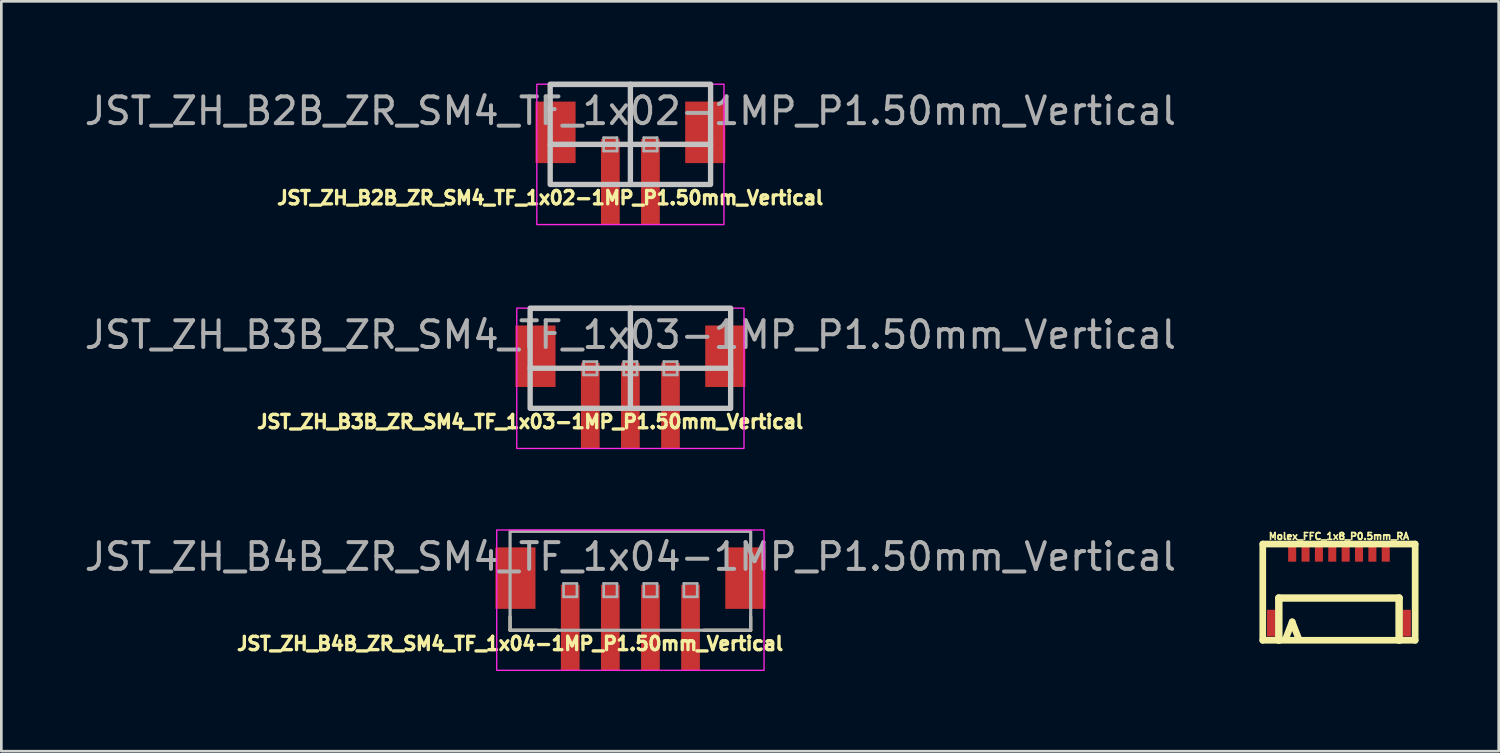
<source format=kicad_pcb>
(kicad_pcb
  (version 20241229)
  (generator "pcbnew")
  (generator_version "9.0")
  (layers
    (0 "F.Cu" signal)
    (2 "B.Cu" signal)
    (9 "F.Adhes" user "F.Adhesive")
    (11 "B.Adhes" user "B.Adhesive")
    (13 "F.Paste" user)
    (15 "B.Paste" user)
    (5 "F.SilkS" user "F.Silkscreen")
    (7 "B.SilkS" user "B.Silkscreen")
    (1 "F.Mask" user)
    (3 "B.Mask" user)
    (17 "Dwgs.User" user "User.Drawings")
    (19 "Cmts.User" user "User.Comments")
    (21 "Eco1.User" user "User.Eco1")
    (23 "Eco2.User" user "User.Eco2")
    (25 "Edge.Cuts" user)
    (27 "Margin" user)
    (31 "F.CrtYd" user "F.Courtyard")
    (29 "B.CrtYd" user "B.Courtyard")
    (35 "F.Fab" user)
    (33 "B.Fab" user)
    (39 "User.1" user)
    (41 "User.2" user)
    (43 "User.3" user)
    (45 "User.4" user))
  (footprint "Molex_FFC_1x8_P0.5mm_RA"
    (layer "F.Cu")
    (at 47.035 17.61)
    (property "Reference" "Molex_FFC_1x8_P0.5mm_RA" (at 0 -0.6 180) (layer "F.SilkS") (effects (font (size 0.254 0.254) (thickness 0.064))))
    (attr smd)
    (fp_line (start -2.85 -0.31) (end -2.85 3.29) (stroke (width 0.25) (type solid)) (layer "F.SilkS"))
    (fp_line (start -2.85 -0.31) (end 2.85 -0.31) (stroke (width 0.25) (type solid)) (layer "F.SilkS"))
    (fp_line (start -2.85 3.29) (end 2.85 3.29) (stroke (width 0.25) (type solid)) (layer "F.SilkS"))
    (fp_line (start -2.25 1.71) (end -2.25 3.29) (stroke (width 0.279) (type solid)) (layer "F.SilkS"))
    (fp_line (start -2.25 1.71) (end 2.25 1.71) (stroke (width 0.279) (type solid)) (layer "F.SilkS"))
    (fp_line (start -1.75 2.6) (end -2 3.25) (stroke (width 0.25) (type solid)) (layer "F.SilkS"))
    (fp_line (start -1.75 2.6) (end -1.5 3.25) (stroke (width 0.25) (type solid)) (layer "F.SilkS"))
    (fp_line (start 2.25 1.71) (end 2.25 3.29) (stroke (width 0.279) (type solid)) (layer "F.SilkS"))
    (fp_line (start 2.85 -0.31) (end 2.85 3.29) (stroke (width 0.25) (type solid)) (layer "F.SilkS"))
    (pad "" smd rect (at -2.54 2.65) (size 0.3 1) (layers "F.Cu" "F.Mask" "F.Paste"))
    (pad "" smd rect (at 2.54 2.65) (size 0.3 1) (layers "F.Cu" "F.Mask" "F.Paste"))
    (pad "1" smd rect (at -1.75 0) (size 0.3 0.7) (layers "F.Cu" "F.Mask" "F.Paste"))
    (pad "2" smd rect (at -1.25 0) (size 0.3 0.7) (layers "F.Cu" "F.Mask" "F.Paste"))
    (pad "3" smd rect (at -0.75 0) (size 0.3 0.7) (layers "F.Cu" "F.Mask" "F.Paste"))
    (pad "4" smd rect (at -0.25 0) (size 0.3 0.7) (layers "F.Cu" "F.Mask" "F.Paste"))
    (pad "5" smd rect (at 0.25 0) (size 0.3 0.7) (layers "F.Cu" "F.Mask" "F.Paste"))
    (pad "6" smd rect (at 0.75 0) (size 0.3 0.7) (layers "F.Cu" "F.Mask" "F.Paste"))
    (pad "7" smd rect (at 1.25 0) (size 0.3 0.7) (layers "F.Cu" "F.Mask" "F.Paste"))
    (pad "8" smd rect (at 1.75 0) (size 0.3 0.7) (layers "F.Cu" "F.Mask" "F.Paste")))
  (footprint "JST_ZH_B4B_ZR_SM4_TF_1x04-1MP_P1.50mm_Vertical"
    (layer "F.Cu")
    (at 20.53 19.025)
    (property "Reference" "JST_ZH_B4B_ZR_SM4_TF_1x04-1MP_P1.50mm_Vertical" (at -4.5 2 0) (layer "F.SilkS") (effects (font (size 0.5 0.5) (thickness 0.125))))
    (attr smd)
    (fp_line (start -4.5 1.5) (end -4.5 1) (stroke (width 0.12) (type solid)) (layer "F.SilkS"))
    (fp_line (start -4.5 1.5) (end -2.75 1.5) (stroke (width 0.12) (type solid)) (layer "F.SilkS"))
    (fp_line (start 2.75 1.5) (end 4.5 1.5) (stroke (width 0.12) (type solid)) (layer "F.SilkS"))
    (fp_line (start 4.5 1) (end 4.5 1.5) (stroke (width 0.12) (type solid)) (layer "F.SilkS"))
    (fp_rect (start -5 -2.25) (end 5 3) (stroke (width 0.05) (type solid)) (fill no) (layer "F.CrtYd"))
    (fp_line (start -2.5 -0.25) (end -2.5 0.25) (stroke (width 0.1) (type solid)) (layer "F.Fab"))
    (fp_line (start -2.5 0.25) (end -2 0.25) (stroke (width 0.1) (type solid)) (layer "F.Fab"))
    (fp_line (start -2 -0.25) (end -2.5 -0.25) (stroke (width 0.1) (type solid)) (layer "F.Fab"))
    (fp_line (start -2 0.25) (end -2 -0.25) (stroke (width 0.1) (type solid)) (layer "F.Fab"))
    (fp_line (start -1 -0.25) (end -1 0.25) (stroke (width 0.1) (type solid)) (layer "F.Fab"))
    (fp_line (start -1 0.25) (end -0.5 0.25) (stroke (width 0.1) (type solid)) (layer "F.Fab"))
    (fp_line (start -0.5 -0.25) (end -1 -0.25) (stroke (width 0.1) (type solid)) (layer "F.Fab"))
    (fp_line (start -0.5 0.25) (end -0.5 -0.25) (stroke (width 0.1) (type solid)) (layer "F.Fab"))
    (fp_line (start 0.5 -0.25) (end 0.5 0.25) (stroke (width 0.1) (type solid)) (layer "F.Fab"))
    (fp_line (start 0.5 0.25) (end 1 0.25) (stroke (width 0.1) (type solid)) (layer "F.Fab"))
    (fp_line (start 1 -0.25) (end 0.5 -0.25) (stroke (width 0.1) (type solid)) (layer "F.Fab"))
    (fp_line (start 1 0.25) (end 1 -0.25) (stroke (width 0.1) (type solid)) (layer "F.Fab"))
    (fp_line (start 2 -0.25) (end 2 0.25) (stroke (width 0.1) (type solid)) (layer "F.Fab"))
    (fp_line (start 2 0.25) (end 2.5 0.25) (stroke (width 0.1) (type solid)) (layer "F.Fab"))
    (fp_line (start 2.5 -0.25) (end 2 -0.25) (stroke (width 0.1) (type solid)) (layer "F.Fab"))
    (fp_line (start 2.5 0.25) (end 2.5 -0.25) (stroke (width 0.1) (type solid)) (layer "F.Fab"))
    (fp_rect (start -4.5 -2.2) (end 4.5 1.5) (stroke (width 0.12) (type solid)) (fill no) (layer "F.Fab"))
    (fp_text user "${REFERENCE}" (at 0 -1.25 0) (layer "F.Fab") (effects (font (size 1 1) (thickness 0.15))))
    (pad "" smd rect (at -4.3 -0.45) (size 1.5 2.3) (layers "F.Cu" "F.Mask" "F.Paste"))
    (pad "" smd rect (at 4.3 -0.45) (size 1.5 2.3) (layers "F.Cu" "F.Mask" "F.Paste"))
    (pad "1" smd rect (at -2.25 1.4) (size 0.7 3.2) (layers "F.Cu" "F.Mask" "F.Paste"))
    (pad "2" smd rect (at -0.75 1.4) (size 0.7 3.2) (layers "F.Cu" "F.Mask" "F.Paste"))
    (pad "3" smd rect (at 0.75 1.4) (size 0.7 3.2) (layers "F.Cu" "F.Mask" "F.Paste"))
    (pad "4" smd rect (at 2.25 1.4) (size 0.7 3.2) (layers "F.Cu" "F.Mask" "F.Paste")))
  (footprint "JST_ZH_B3B_ZR_SM4_TF_1x03-1MP_P1.50mm_Vertical"
    (layer "F.Cu")
    (at 20.53 10.725)
    (property "Reference" "JST_ZH_B3B_ZR_SM4_TF_1x03-1MP_P1.50mm_Vertical" (at -3.75 2 0) (layer "F.SilkS") (effects (font (size 0.5 0.5) (thickness 0.125))))
    (attr smd)
    (fp_line (start -3.75 1) (end -3.75 1.5) (stroke (width 0.12) (type solid)) (layer "F.SilkS"))
    (fp_line (start -3.75 1.5) (end -2 1.5) (stroke (width 0.12) (type solid)) (layer "F.SilkS"))
    (fp_line (start 2 1.5) (end 3.75 1.5) (stroke (width 0.12) (type solid)) (layer "F.SilkS"))
    (fp_line (start 3.75 1) (end 3.75 1.5) (stroke (width 0.12) (type solid)) (layer "F.SilkS"))
    (fp_line (start -3.75 0) (end 3.75 0) (stroke (width 0.2) (type solid)) (layer "Dwgs.User"))
    (fp_line (start 0 -2.25) (end 0 1.5) (stroke (width 0.2) (type solid)) (layer "Dwgs.User"))
    (fp_rect (start -3.75 -2.25) (end 3.75 1.5) (stroke (width 0.2) (type solid)) (fill no) (layer "Dwgs.User"))
    (fp_rect (start -4.25 -2.25) (end 4.25 3) (stroke (width 0.05) (type solid)) (fill no) (layer "F.CrtYd"))
    (fp_line (start -1.75 -0.25) (end -1.75 0.25) (stroke (width 0.1) (type solid)) (layer "F.Fab"))
    (fp_line (start -1.75 0.25) (end -1.25 0.25) (stroke (width 0.1) (type solid)) (layer "F.Fab"))
    (fp_line (start -1.25 -0.25) (end -1.75 -0.25) (stroke (width 0.1) (type solid)) (layer "F.Fab"))
    (fp_line (start -1.25 0.25) (end -1.25 -0.25) (stroke (width 0.1) (type solid)) (layer "F.Fab"))
    (fp_line (start -0.25 -0.25) (end -0.25 0.25) (stroke (width 0.1) (type solid)) (layer "F.Fab"))
    (fp_line (start -0.25 0.25) (end 0.25 0.25) (stroke (width 0.1) (type solid)) (layer "F.Fab"))
    (fp_line (start 0.25 -0.25) (end -0.25 -0.25) (stroke (width 0.1) (type solid)) (layer "F.Fab"))
    (fp_line (start 0.25 0.25) (end 0.25 -0.25) (stroke (width 0.1) (type solid)) (layer "F.Fab"))
    (fp_line (start 1.25 -0.25) (end 1.25 0.25) (stroke (width 0.1) (type solid)) (layer "F.Fab"))
    (fp_line (start 1.25 0.25) (end 1.75 0.25) (stroke (width 0.1) (type solid)) (layer "F.Fab"))
    (fp_line (start 1.75 -0.25) (end 1.25 -0.25) (stroke (width 0.1) (type solid)) (layer "F.Fab"))
    (fp_line (start 1.75 0.25) (end 1.75 -0.25) (stroke (width 0.1) (type solid)) (layer "F.Fab"))
    (fp_rect (start -3.75 -2.2) (end 3.75 1.5) (stroke (width 0.12) (type solid)) (fill no) (layer "F.Fab"))
    (fp_text user "${REFERENCE}" (at 0 -1.25 0) (layer "F.Fab") (effects (font (size 1 1) (thickness 0.15))))
    (pad "" smd rect (at -3.55 -0.45) (size 1.5 2.3) (layers "F.Cu" "F.Mask" "F.Paste"))
    (pad "" smd rect (at 3.55 -0.45) (size 1.5 2.3) (layers "F.Cu" "F.Mask" "F.Paste"))
    (pad "1" smd rect (at -1.5 1.4) (size 0.7 3.2) (layers "F.Cu" "F.Mask" "F.Paste"))
    (pad "2" smd rect (at 0 1.4) (size 0.7 3.2) (layers "F.Cu" "F.Mask" "F.Paste"))
    (pad "3" smd rect (at 1.5 1.4) (size 0.7 3.2) (layers "F.Cu" "F.Mask" "F.Paste")))
  (footprint "JST_ZH_B2B_ZR_SM4_TF_1x02-1MP_P1.50mm_Vertical"
    (layer "F.Cu")
    (at 20.53 2.35)
    (property "Reference" "JST_ZH_B2B_ZR_SM4_TF_1x02-1MP_P1.50mm_Vertical" (at -3 2 0) (layer "F.SilkS") (effects (font (size 0.5 0.5) (thickness 0.125))))
    (attr smd)
    (fp_line (start -3 1) (end -3 1.5) (stroke (width 0.12) (type solid)) (layer "F.SilkS"))
    (fp_line (start -3 1.5) (end -1.25 1.5) (stroke (width 0.12) (type solid)) (layer "F.SilkS"))
    (fp_line (start 1.25 1.5) (end 3 1.5) (stroke (width 0.12) (type solid)) (layer "F.SilkS"))
    (fp_line (start 3 1.5) (end 3 1) (stroke (width 0.12) (type solid)) (layer "F.SilkS"))
    (fp_line (start -3 0) (end 3 0) (stroke (width 0.2) (type solid)) (layer "Dwgs.User"))
    (fp_line (start 0 -2.25) (end 0 1.5) (stroke (width 0.2) (type solid)) (layer "Dwgs.User"))
    (fp_rect (start -3 -2.25) (end 3 1.5) (stroke (width 0.2) (type solid)) (fill no) (layer "Dwgs.User"))
    (fp_rect (start -3.5 -2.25) (end 3.5 3) (stroke (width 0.05) (type solid)) (fill no) (layer "F.CrtYd"))
    (fp_line (start -1 -0.25) (end -1 0.25) (stroke (width 0.1) (type solid)) (layer "F.Fab"))
    (fp_line (start -1 0.25) (end -0.5 0.25) (stroke (width 0.1) (type solid)) (layer "F.Fab"))
    (fp_line (start -0.5 -0.25) (end -1 -0.25) (stroke (width 0.1) (type solid)) (layer "F.Fab"))
    (fp_line (start -0.5 0.25) (end -0.5 -0.25) (stroke (width 0.1) (type solid)) (layer "F.Fab"))
    (fp_line (start 0.5 -0.25) (end 0.5 0.25) (stroke (width 0.1) (type solid)) (layer "F.Fab"))
    (fp_line (start 0.5 0.25) (end 1 0.25) (stroke (width 0.1) (type solid)) (layer "F.Fab"))
    (fp_line (start 1 -0.25) (end 0.5 -0.25) (stroke (width 0.1) (type solid)) (layer "F.Fab"))
    (fp_line (start 1 0.25) (end 1 -0.25) (stroke (width 0.1) (type solid)) (layer "F.Fab"))
    (fp_rect (start -3 -2.2) (end 3 1.5) (stroke (width 0.12) (type solid)) (fill no) (layer "F.Fab"))
    (fp_text user "${REFERENCE}" (at 0 -1.25 0) (layer "F.Fab") (effects (font (size 1 1) (thickness 0.15))))
    (pad "" smd rect (at -2.8 -0.45) (size 1.5 2.3) (layers "F.Cu" "F.Mask" "F.Paste"))
    (pad "" smd rect (at 2.8 -0.45) (size 1.5 2.3) (layers "F.Cu" "F.Mask" "F.Paste"))
    (pad "1" smd rect (at -0.75 1.4) (size 0.7 3.2) (layers "F.Cu" "F.Mask" "F.Paste"))
    (pad "2" smd rect (at 0.75 1.4) (size 0.7 3.2) (layers "F.Cu" "F.Mask" "F.Paste")))
  (gr_rect
    (start -3 -3)
    (end 53.01 25.05)
    (stroke (width 0.1) (type default))
    (fill no)
    (layer "Edge.Cuts")))
</source>
